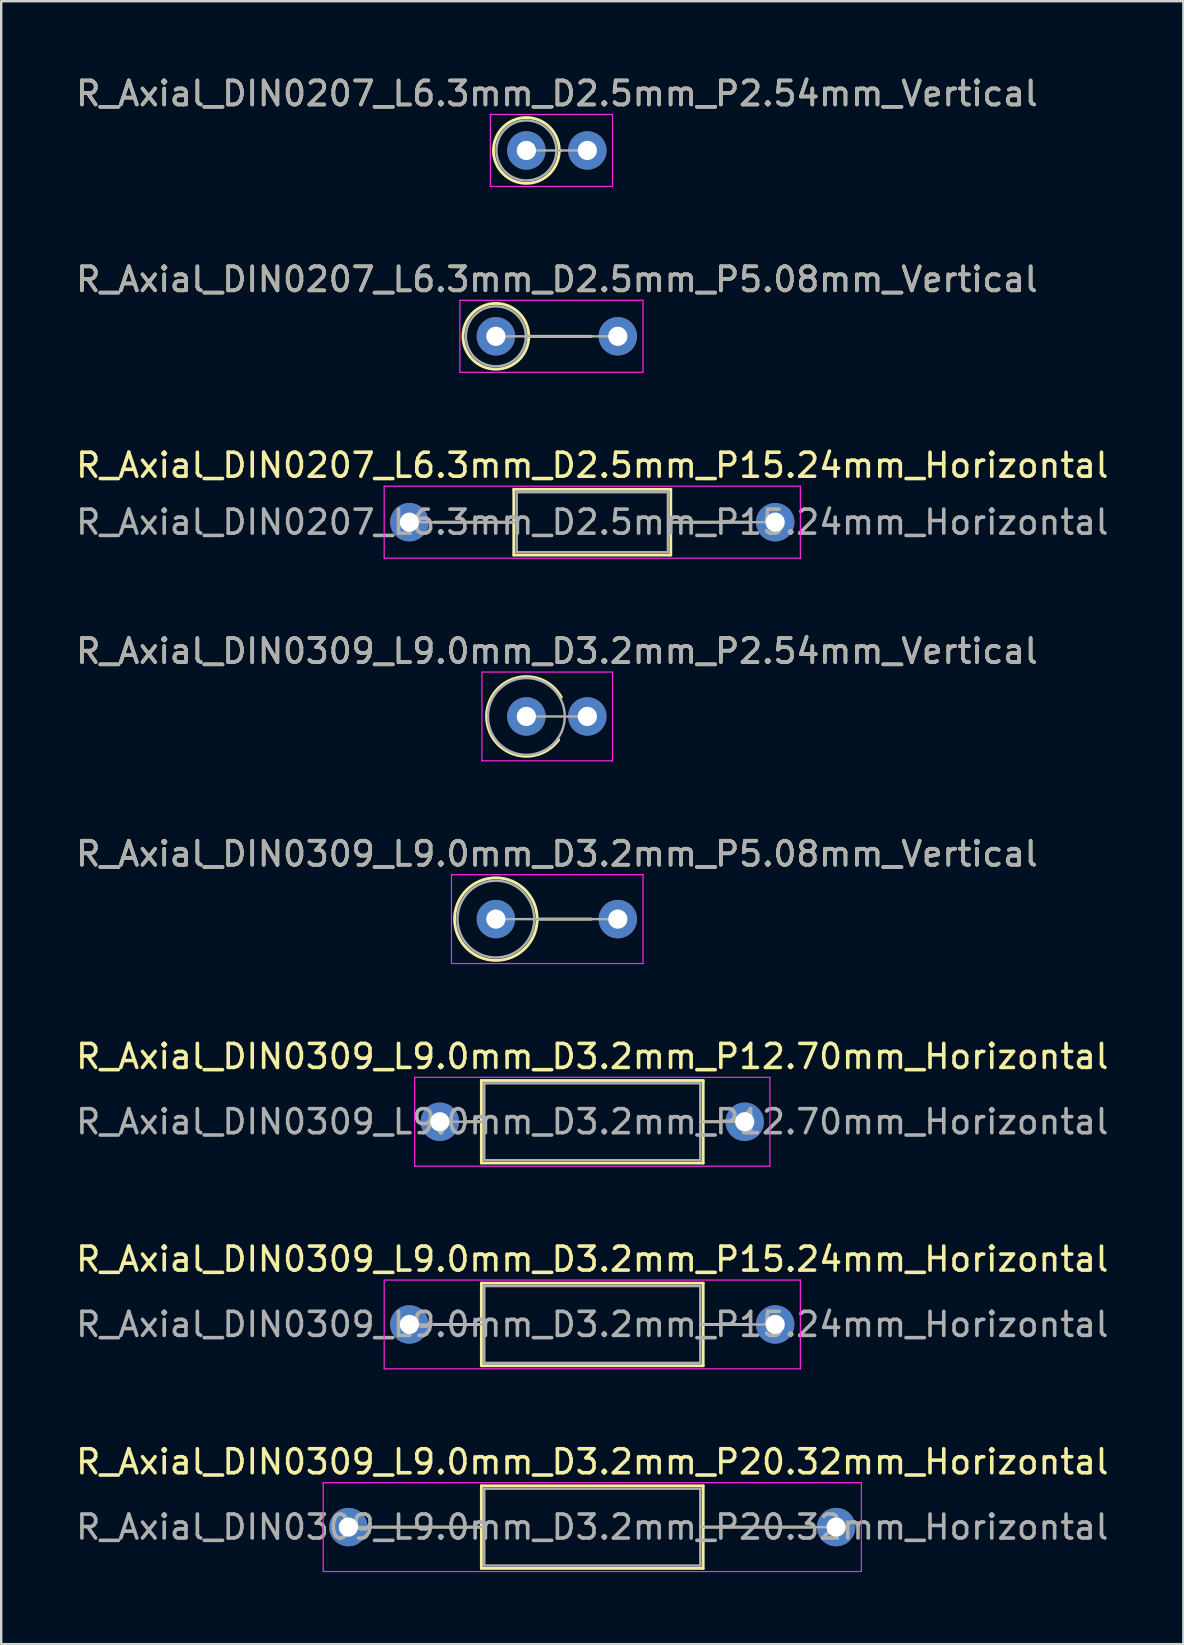
<source format=kicad_pcb>
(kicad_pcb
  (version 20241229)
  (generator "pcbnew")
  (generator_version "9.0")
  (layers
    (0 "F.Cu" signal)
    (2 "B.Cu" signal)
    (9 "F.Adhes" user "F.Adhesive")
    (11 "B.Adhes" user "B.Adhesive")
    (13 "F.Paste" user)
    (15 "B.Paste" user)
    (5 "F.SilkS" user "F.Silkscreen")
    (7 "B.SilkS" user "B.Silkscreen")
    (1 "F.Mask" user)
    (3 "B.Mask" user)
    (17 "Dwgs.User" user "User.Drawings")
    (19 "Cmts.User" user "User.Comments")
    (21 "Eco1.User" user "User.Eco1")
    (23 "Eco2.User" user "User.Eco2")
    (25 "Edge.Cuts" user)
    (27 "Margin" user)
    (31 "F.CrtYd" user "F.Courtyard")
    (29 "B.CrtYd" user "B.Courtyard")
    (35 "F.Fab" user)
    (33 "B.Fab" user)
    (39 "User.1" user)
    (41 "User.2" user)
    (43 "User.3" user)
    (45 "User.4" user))
  (footprint "R_Axial_DIN0309_L9.0mm_D3.2mm_P12.70mm_Horizontal"
    (layer "F.Cu")
    (at 15.275 43.684)
    (property "Reference" "R_Axial_DIN0309_L9.0mm_D3.2mm_P12.70mm_Horizontal" (at 6.35 -2.72 0) (layer "F.SilkS") (effects (font (size 1 1) (thickness 0.15))))
    (attr through_hole)
    (fp_line (start 1.04 0) (end 1.73 0) (stroke (width 0.12) (type solid)) (layer "F.SilkS"))
    (fp_line (start 1.73 -1.72) (end 1.73 1.72) (stroke (width 0.12) (type solid)) (layer "F.SilkS"))
    (fp_line (start 1.73 1.72) (end 10.97 1.72) (stroke (width 0.12) (type solid)) (layer "F.SilkS"))
    (fp_line (start 10.97 -1.72) (end 1.73 -1.72) (stroke (width 0.12) (type solid)) (layer "F.SilkS"))
    (fp_line (start 10.97 1.72) (end 10.97 -1.72) (stroke (width 0.12) (type solid)) (layer "F.SilkS"))
    (fp_line (start 11.66 0) (end 10.97 0) (stroke (width 0.12) (type solid)) (layer "F.SilkS"))
    (fp_line (start -1.05 -1.85) (end -1.05 1.85) (stroke (width 0.05) (type solid)) (layer "F.CrtYd"))
    (fp_line (start -1.05 1.85) (end 13.75 1.85) (stroke (width 0.05) (type solid)) (layer "F.CrtYd"))
    (fp_line (start 13.75 -1.85) (end -1.05 -1.85) (stroke (width 0.05) (type solid)) (layer "F.CrtYd"))
    (fp_line (start 13.75 1.85) (end 13.75 -1.85) (stroke (width 0.05) (type solid)) (layer "F.CrtYd"))
    (fp_line (start 0 0) (end 1.85 0) (stroke (width 0.1) (type solid)) (layer "F.Fab"))
    (fp_line (start 1.85 -1.6) (end 1.85 1.6) (stroke (width 0.1) (type solid)) (layer "F.Fab"))
    (fp_line (start 1.85 1.6) (end 10.85 1.6) (stroke (width 0.1) (type solid)) (layer "F.Fab"))
    (fp_line (start 10.85 -1.6) (end 1.85 -1.6) (stroke (width 0.1) (type solid)) (layer "F.Fab"))
    (fp_line (start 10.85 1.6) (end 10.85 -1.6) (stroke (width 0.1) (type solid)) (layer "F.Fab"))
    (fp_line (start 12.7 0) (end 10.85 0) (stroke (width 0.1) (type solid)) (layer "F.Fab"))
    (fp_text user "${REFERENCE}" (at 6.35 0 0) (layer "F.Fab") (effects (font (size 1 1) (thickness 0.15))))
    (pad "1" thru_hole circle (at 0 0) (size 1.6 1.6) (drill 0.8) (layers "*.Cu" "*.Mask"))
    (pad "2" thru_hole oval (at 12.7 0) (size 1.6 1.6) (drill 0.8) (layers "*.Cu" "*.Mask")))
  (footprint "R_Axial_DIN0207_L6.3mm_D2.5mm_P15.24mm_Horizontal"
    (layer "F.Cu")
    (at 14.005 18.705)
    (property "Reference" "R_Axial_DIN0207_L6.3mm_D2.5mm_P15.24mm_Horizontal" (at 7.62 -2.37 0) (layer "F.SilkS") (effects (font (size 1 1) (thickness 0.15))))
    (attr through_hole)
    (fp_line (start 1.04 0) (end 4.35 0) (stroke (width 0.12) (type solid)) (layer "F.SilkS"))
    (fp_line (start 4.35 -1.37) (end 4.35 1.37) (stroke (width 0.12) (type solid)) (layer "F.SilkS"))
    (fp_line (start 4.35 1.37) (end 10.89 1.37) (stroke (width 0.12) (type solid)) (layer "F.SilkS"))
    (fp_line (start 10.89 -1.37) (end 4.35 -1.37) (stroke (width 0.12) (type solid)) (layer "F.SilkS"))
    (fp_line (start 10.89 1.37) (end 10.89 -1.37) (stroke (width 0.12) (type solid)) (layer "F.SilkS"))
    (fp_line (start 14.2 0) (end 10.89 0) (stroke (width 0.12) (type solid)) (layer "F.SilkS"))
    (fp_line (start -1.05 -1.5) (end -1.05 1.5) (stroke (width 0.05) (type solid)) (layer "F.CrtYd"))
    (fp_line (start -1.05 1.5) (end 16.29 1.5) (stroke (width 0.05) (type solid)) (layer "F.CrtYd"))
    (fp_line (start 16.29 -1.5) (end -1.05 -1.5) (stroke (width 0.05) (type solid)) (layer "F.CrtYd"))
    (fp_line (start 16.29 1.5) (end 16.29 -1.5) (stroke (width 0.05) (type solid)) (layer "F.CrtYd"))
    (fp_line (start 0 0) (end 4.47 0) (stroke (width 0.1) (type solid)) (layer "F.Fab"))
    (fp_line (start 4.47 -1.25) (end 4.47 1.25) (stroke (width 0.1) (type solid)) (layer "F.Fab"))
    (fp_line (start 4.47 1.25) (end 10.77 1.25) (stroke (width 0.1) (type solid)) (layer "F.Fab"))
    (fp_line (start 10.77 -1.25) (end 4.47 -1.25) (stroke (width 0.1) (type solid)) (layer "F.Fab"))
    (fp_line (start 10.77 1.25) (end 10.77 -1.25) (stroke (width 0.1) (type solid)) (layer "F.Fab"))
    (fp_line (start 15.24 0) (end 10.77 0) (stroke (width 0.1) (type solid)) (layer "F.Fab"))
    (fp_text user "${REFERENCE}" (at 7.62 0 0) (layer "F.Fab") (effects (font (size 1 1) (thickness 0.15))))
    (pad "1" thru_hole circle (at 0 0) (size 1.6 1.6) (drill 0.8) (layers "*.Cu" "*.Mask"))
    (pad "2" thru_hole oval (at 15.24 0) (size 1.6 1.6) (drill 0.8) (layers "*.Cu" "*.Mask")))
  (footprint "R_Axial_DIN0309_L9.0mm_D3.2mm_P2.54mm_Vertical"
    (layer "F.Cu")
    (at 18.879 26.798)
    (property "Reference" "R_Axial_DIN0309_L9.0mm_D3.2mm_P2.54mm_Vertical" (at 1.27 -2.72 0) (layer "F.SilkS") (effects (font (size 1 1) (thickness 0.15))))
    (attr through_hole)
    (fp_arc (start 1.344775 0.97138) (mid -1.655812 -0.101418) (end 1.453272 -0.8) (stroke (width 0.12) (type solid)) (layer "F.SilkS"))
    (fp_line (start -1.85 -1.85) (end -1.85 1.85) (stroke (width 0.05) (type solid)) (layer "F.CrtYd"))
    (fp_line (start -1.85 1.85) (end 3.59 1.85) (stroke (width 0.05) (type solid)) (layer "F.CrtYd"))
    (fp_line (start 3.59 -1.85) (end -1.85 -1.85) (stroke (width 0.05) (type solid)) (layer "F.CrtYd"))
    (fp_line (start 3.59 1.85) (end 3.59 -1.85) (stroke (width 0.05) (type solid)) (layer "F.CrtYd"))
    (fp_line (start 0 0) (end 2.54 0) (stroke (width 0.1) (type solid)) (layer "F.Fab"))
    (fp_circle (center 0 0) (end 1.6 0) (stroke (width 0.1) (type solid)) (fill no) (layer "F.Fab"))
    (fp_text user "${REFERENCE}" (at 1.27 -2.72 0) (layer "F.Fab") (effects (font (size 1 1) (thickness 0.15))))
    (pad "1" thru_hole circle (at 0 0) (size 1.6 1.6) (drill 0.8) (layers "*.Cu" "*.Mask"))
    (pad "2" thru_hole oval (at 2.54 0) (size 1.6 1.6) (drill 0.8) (layers "*.Cu" "*.Mask")))
  (footprint "R_Axial_DIN0207_L6.3mm_D2.5mm_P2.54mm_Vertical"
    (layer "F.Cu")
    (at 18.879 3.218)
    (property "Reference" "R_Axial_DIN0207_L6.3mm_D2.5mm_P2.54mm_Vertical" (at 1.27 -2.37 0) (layer "F.SilkS") (effects (font (size 1 1) (thickness 0.15))))
    (attr through_hole)
    (fp_line (start 1.37 0) (end 1.44 0) (stroke (width 0.12) (type solid)) (layer "F.SilkS"))
    (fp_circle (center 0 0) (end 1.37 0) (stroke (width 0.12) (type solid)) (fill no) (layer "F.SilkS"))
    (fp_line (start -1.5 -1.5) (end -1.5 1.5) (stroke (width 0.05) (type solid)) (layer "F.CrtYd"))
    (fp_line (start -1.5 1.5) (end 3.59 1.5) (stroke (width 0.05) (type solid)) (layer "F.CrtYd"))
    (fp_line (start 3.59 -1.5) (end -1.5 -1.5) (stroke (width 0.05) (type solid)) (layer "F.CrtYd"))
    (fp_line (start 3.59 1.5) (end 3.59 -1.5) (stroke (width 0.05) (type solid)) (layer "F.CrtYd"))
    (fp_line (start 0 0) (end 2.54 0) (stroke (width 0.1) (type solid)) (layer "F.Fab"))
    (fp_circle (center 0 0) (end 1.25 0) (stroke (width 0.1) (type solid)) (fill no) (layer "F.Fab"))
    (fp_text user "${REFERENCE}" (at 1.27 -2.37 0) (layer "F.Fab") (effects (font (size 1 1) (thickness 0.15))))
    (pad "1" thru_hole circle (at 0 0) (size 1.6 1.6) (drill 0.8) (layers "*.Cu" "*.Mask"))
    (pad "2" thru_hole oval (at 2.54 0) (size 1.6 1.6) (drill 0.8) (layers "*.Cu" "*.Mask")))
  (footprint "R_Axial_DIN0309_L9.0mm_D3.2mm_P15.24mm_Horizontal"
    (layer "F.Cu")
    (at 14.005 52.128)
    (property "Reference" "R_Axial_DIN0309_L9.0mm_D3.2mm_P15.24mm_Horizontal" (at 7.62 -2.72 0) (layer "F.SilkS") (effects (font (size 1 1) (thickness 0.15))))
    (attr through_hole)
    (fp_line (start 1.04 0) (end 3 0) (stroke (width 0.12) (type solid)) (layer "F.SilkS"))
    (fp_line (start 3 -1.72) (end 3 1.72) (stroke (width 0.12) (type solid)) (layer "F.SilkS"))
    (fp_line (start 3 1.72) (end 12.24 1.72) (stroke (width 0.12) (type solid)) (layer "F.SilkS"))
    (fp_line (start 12.24 -1.72) (end 3 -1.72) (stroke (width 0.12) (type solid)) (layer "F.SilkS"))
    (fp_line (start 12.24 1.72) (end 12.24 -1.72) (stroke (width 0.12) (type solid)) (layer "F.SilkS"))
    (fp_line (start 14.2 0) (end 12.24 0) (stroke (width 0.12) (type solid)) (layer "F.SilkS"))
    (fp_line (start -1.05 -1.85) (end -1.05 1.85) (stroke (width 0.05) (type solid)) (layer "F.CrtYd"))
    (fp_line (start -1.05 1.85) (end 16.29 1.85) (stroke (width 0.05) (type solid)) (layer "F.CrtYd"))
    (fp_line (start 16.29 -1.85) (end -1.05 -1.85) (stroke (width 0.05) (type solid)) (layer "F.CrtYd"))
    (fp_line (start 16.29 1.85) (end 16.29 -1.85) (stroke (width 0.05) (type solid)) (layer "F.CrtYd"))
    (fp_line (start 0 0) (end 3.12 0) (stroke (width 0.1) (type solid)) (layer "F.Fab"))
    (fp_line (start 3.12 -1.6) (end 3.12 1.6) (stroke (width 0.1) (type solid)) (layer "F.Fab"))
    (fp_line (start 3.12 1.6) (end 12.12 1.6) (stroke (width 0.1) (type solid)) (layer "F.Fab"))
    (fp_line (start 12.12 -1.6) (end 3.12 -1.6) (stroke (width 0.1) (type solid)) (layer "F.Fab"))
    (fp_line (start 12.12 1.6) (end 12.12 -1.6) (stroke (width 0.1) (type solid)) (layer "F.Fab"))
    (fp_line (start 15.24 0) (end 12.12 0) (stroke (width 0.1) (type solid)) (layer "F.Fab"))
    (fp_text user "${REFERENCE}" (at 7.62 0 0) (layer "F.Fab") (effects (font (size 1 1) (thickness 0.15))))
    (pad "1" thru_hole circle (at 0 0) (size 1.6 1.6) (drill 0.8) (layers "*.Cu" "*.Mask"))
    (pad "2" thru_hole oval (at 15.24 0) (size 1.6 1.6) (drill 0.8) (layers "*.Cu" "*.Mask")))
  (footprint "R_Axial_DIN0309_L9.0mm_D3.2mm_P20.32mm_Horizontal"
    (layer "F.Cu")
    (at 11.465 60.571)
    (property "Reference" "R_Axial_DIN0309_L9.0mm_D3.2mm_P20.32mm_Horizontal" (at 10.16 -2.72 0) (layer "F.SilkS") (effects (font (size 1 1) (thickness 0.15))))
    (attr through_hole)
    (fp_line (start 1.04 0) (end 5.54 0) (stroke (width 0.12) (type solid)) (layer "F.SilkS"))
    (fp_line (start 5.54 -1.72) (end 5.54 1.72) (stroke (width 0.12) (type solid)) (layer "F.SilkS"))
    (fp_line (start 5.54 1.72) (end 14.78 1.72) (stroke (width 0.12) (type solid)) (layer "F.SilkS"))
    (fp_line (start 14.78 -1.72) (end 5.54 -1.72) (stroke (width 0.12) (type solid)) (layer "F.SilkS"))
    (fp_line (start 14.78 1.72) (end 14.78 -1.72) (stroke (width 0.12) (type solid)) (layer "F.SilkS"))
    (fp_line (start 19.28 0) (end 14.78 0) (stroke (width 0.12) (type solid)) (layer "F.SilkS"))
    (fp_line (start -1.05 -1.85) (end -1.05 1.85) (stroke (width 0.05) (type solid)) (layer "F.CrtYd"))
    (fp_line (start -1.05 1.85) (end 21.37 1.85) (stroke (width 0.05) (type solid)) (layer "F.CrtYd"))
    (fp_line (start 21.37 -1.85) (end -1.05 -1.85) (stroke (width 0.05) (type solid)) (layer "F.CrtYd"))
    (fp_line (start 21.37 1.85) (end 21.37 -1.85) (stroke (width 0.05) (type solid)) (layer "F.CrtYd"))
    (fp_line (start 0 0) (end 5.66 0) (stroke (width 0.1) (type solid)) (layer "F.Fab"))
    (fp_line (start 5.66 -1.6) (end 5.66 1.6) (stroke (width 0.1) (type solid)) (layer "F.Fab"))
    (fp_line (start 5.66 1.6) (end 14.66 1.6) (stroke (width 0.1) (type solid)) (layer "F.Fab"))
    (fp_line (start 14.66 -1.6) (end 5.66 -1.6) (stroke (width 0.1) (type solid)) (layer "F.Fab"))
    (fp_line (start 14.66 1.6) (end 14.66 -1.6) (stroke (width 0.1) (type solid)) (layer "F.Fab"))
    (fp_line (start 20.32 0) (end 14.66 0) (stroke (width 0.1) (type solid)) (layer "F.Fab"))
    (fp_text user "${REFERENCE}" (at 10.16 0 0) (layer "F.Fab") (effects (font (size 1 1) (thickness 0.15))))
    (pad "1" thru_hole circle (at 0 0) (size 1.6 1.6) (drill 0.8) (layers "*.Cu" "*.Mask"))
    (pad "2" thru_hole oval (at 20.32 0) (size 1.6 1.6) (drill 0.8) (layers "*.Cu" "*.Mask")))
  (footprint "R_Axial_DIN0309_L9.0mm_D3.2mm_P5.08mm_Vertical"
    (layer "F.Cu")
    (at 17.609 35.241)
    (property "Reference" "R_Axial_DIN0309_L9.0mm_D3.2mm_P5.08mm_Vertical" (at 2.54 -2.72 0) (layer "F.SilkS") (effects (font (size 1 1) (thickness 0.15))))
    (attr through_hole)
    (fp_line (start 1.72 0) (end 3.98 0) (stroke (width 0.12) (type solid)) (layer "F.SilkS"))
    (fp_circle (center 0 0) (end 1.72 0) (stroke (width 0.12) (type solid)) (fill no) (layer "F.SilkS"))
    (fp_line (start -1.85 -1.85) (end -1.85 1.85) (stroke (width 0.05) (type solid)) (layer "F.CrtYd"))
    (fp_line (start -1.85 1.85) (end 6.13 1.85) (stroke (width 0.05) (type solid)) (layer "F.CrtYd"))
    (fp_line (start 6.13 -1.85) (end -1.85 -1.85) (stroke (width 0.05) (type solid)) (layer "F.CrtYd"))
    (fp_line (start 6.13 1.85) (end 6.13 -1.85) (stroke (width 0.05) (type solid)) (layer "F.CrtYd"))
    (fp_line (start 0 0) (end 5.08 0) (stroke (width 0.1) (type solid)) (layer "F.Fab"))
    (fp_circle (center 0 0) (end 1.6 0) (stroke (width 0.1) (type solid)) (fill no) (layer "F.Fab"))
    (fp_text user "${REFERENCE}" (at 2.54 -2.72 0) (layer "F.Fab") (effects (font (size 1 1) (thickness 0.15))))
    (pad "1" thru_hole circle (at 0 0) (size 1.6 1.6) (drill 0.8) (layers "*.Cu" "*.Mask"))
    (pad "2" thru_hole oval (at 5.08 0) (size 1.6 1.6) (drill 0.8) (layers "*.Cu" "*.Mask")))
  (footprint "R_Axial_DIN0207_L6.3mm_D2.5mm_P5.08mm_Vertical"
    (layer "F.Cu")
    (at 17.609 10.961)
    (property "Reference" "R_Axial_DIN0207_L6.3mm_D2.5mm_P5.08mm_Vertical" (at 2.54 -2.37 0) (layer "F.SilkS") (effects (font (size 1 1) (thickness 0.15))))
    (attr through_hole)
    (fp_line (start 1.37 0) (end 3.98 0) (stroke (width 0.12) (type solid)) (layer "F.SilkS"))
    (fp_circle (center 0 0) (end 1.37 0) (stroke (width 0.12) (type solid)) (fill no) (layer "F.SilkS"))
    (fp_line (start -1.5 -1.5) (end -1.5 1.5) (stroke (width 0.05) (type solid)) (layer "F.CrtYd"))
    (fp_line (start -1.5 1.5) (end 6.13 1.5) (stroke (width 0.05) (type solid)) (layer "F.CrtYd"))
    (fp_line (start 6.13 -1.5) (end -1.5 -1.5) (stroke (width 0.05) (type solid)) (layer "F.CrtYd"))
    (fp_line (start 6.13 1.5) (end 6.13 -1.5) (stroke (width 0.05) (type solid)) (layer "F.CrtYd"))
    (fp_line (start 0 0) (end 5.08 0) (stroke (width 0.1) (type solid)) (layer "F.Fab"))
    (fp_circle (center 0 0) (end 1.25 0) (stroke (width 0.1) (type solid)) (fill no) (layer "F.Fab"))
    (fp_text user "${REFERENCE}" (at 2.54 -2.37 0) (layer "F.Fab") (effects (font (size 1 1) (thickness 0.15))))
    (pad "1" thru_hole circle (at 0 0) (size 1.6 1.6) (drill 0.8) (layers "*.Cu" "*.Mask"))
    (pad "2" thru_hole oval (at 5.08 0) (size 1.6 1.6) (drill 0.8) (layers "*.Cu" "*.Mask")))
  (gr_rect
    (start -3 -3)
    (end 46.25 65.446)
    (stroke (width 0.1) (type default))
    (fill no)
    (layer "Edge.Cuts")))
</source>
